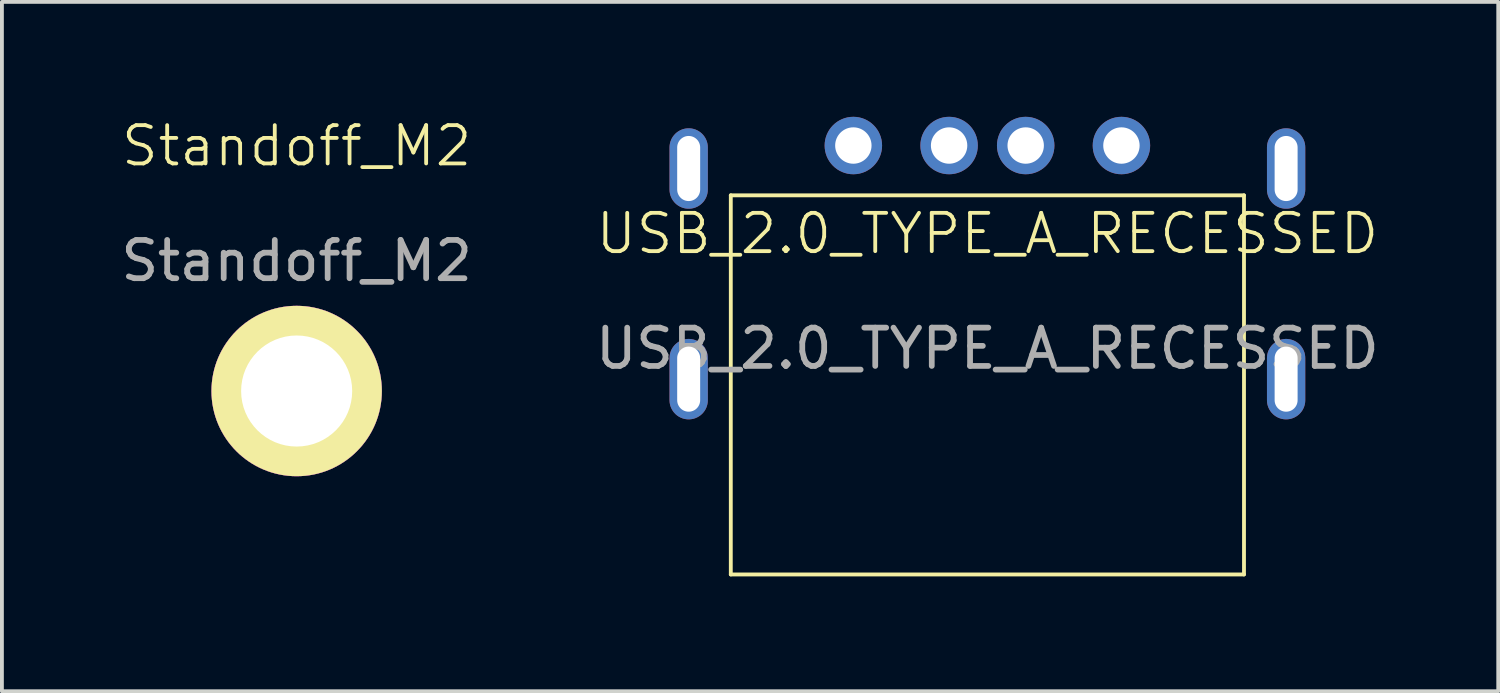
<source format=kicad_pcb>
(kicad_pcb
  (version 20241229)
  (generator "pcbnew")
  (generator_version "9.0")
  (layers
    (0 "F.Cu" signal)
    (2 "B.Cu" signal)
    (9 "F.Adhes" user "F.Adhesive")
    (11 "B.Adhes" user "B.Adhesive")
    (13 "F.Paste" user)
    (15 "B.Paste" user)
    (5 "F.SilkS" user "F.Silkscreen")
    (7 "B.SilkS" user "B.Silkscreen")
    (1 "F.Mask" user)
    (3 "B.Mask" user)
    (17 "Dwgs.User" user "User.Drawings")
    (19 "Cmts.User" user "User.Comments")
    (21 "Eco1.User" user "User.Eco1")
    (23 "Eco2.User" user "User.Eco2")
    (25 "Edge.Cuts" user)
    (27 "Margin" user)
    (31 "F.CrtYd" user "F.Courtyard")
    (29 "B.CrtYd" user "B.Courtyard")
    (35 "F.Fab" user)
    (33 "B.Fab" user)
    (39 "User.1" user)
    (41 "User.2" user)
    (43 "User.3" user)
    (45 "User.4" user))
  (footprint "Standoff_M2"
    (layer "F.Cu")
    (at 4.696 7.16)
    (property "Reference" "Standoff_M2" (at 0 -6.4 0) (unlocked yes) (layer "F.SilkS") (effects (font (size 1 1) (thickness 0.1))))
    (attr smd)
    (fp_text user "${REFERENCE}" (at 0 -3.4 0) (unlocked yes) (layer "F.Fab") (effects (font (size 1 1) (thickness 0.15))))
    (pad "1" thru_hole circle (at 0 0) (size 4.45 4.45) (drill 2.9) (property pad_prop_mechanical) (layers "*.Cu" "F.Mask" "F.SilkS" "F.Adhes" "F.Paste") (remove_unused_layers yes) (keep_end_layers yes) (zone_layer_connections)))
  (footprint "USB_2.0_TYPE_A_RECESSED"
    (layer "F.Cu")
    (at 22.732 0.75)
    (property "Reference" "USB_2.0_TYPE_A_RECESSED" (at 0 2.3 0) (unlocked yes) (layer "F.SilkS") (effects (font (size 1 1) (thickness 0.1))))
    (attr smd)
    (fp_line (start -6.7 1.3) (end -6.7 11.2) (stroke (width 0.1) (type default)) (layer "F.SilkS"))
    (fp_line (start -6.7 11.2) (end 6.7 11.2) (stroke (width 0.1) (type default)) (layer "F.SilkS"))
    (fp_line (start 6.7 1.3) (end -6.7 1.3) (stroke (width 0.1) (type default)) (layer "F.SilkS"))
    (fp_line (start 6.7 1.3) (end 6.7 11.2) (stroke (width 0.1) (type default)) (layer "F.SilkS"))
    (fp_text user "${REFERENCE}" (at 0 5.3 0) (unlocked yes) (layer "F.Fab") (effects (font (size 1 1) (thickness 0.15))))
    (pad "1" thru_hole circle (at -3.5 0) (size 1.5 1.5) (drill 0.95) (layers "*.Cu" "*.Mask"))
    (pad "2" thru_hole circle (at -1 0) (size 1.5 1.5) (drill 0.95) (layers "*.Cu" "*.Mask"))
    (pad "3" thru_hole circle (at 1 0) (size 1.5 1.5) (drill 0.95) (layers "*.Cu" "*.Mask"))
    (pad "4" thru_hole circle (at 3.5 0) (size 1.5 1.5) (drill 0.95) (layers "*.Cu" "*.Mask"))
    (pad "5" thru_hole oval (at -7.8 0.6) (size 1 2.1) (drill oval 0.6 1.7) (layers "*.Cu" "*.Mask"))
    (pad "5" thru_hole oval (at -7.8 6.1) (size 1 2.1) (drill oval 0.6 1.7) (layers "*.Cu" "*.Mask"))
    (pad "5" thru_hole oval (at 7.8 0.6) (size 1 2.1) (drill oval 0.6 1.7) (layers "*.Cu" "*.Mask"))
    (pad "5" thru_hole oval (at 7.8 6.1) (size 1 2.1) (drill oval 0.6 1.7) (layers "*.Cu" "*.Mask")))
  (gr_rect
    (start -3 -3)
    (end 36.071 15)
    (stroke (width 0.1) (type default))
    (fill no)
    (layer "Edge.Cuts")))
</source>
